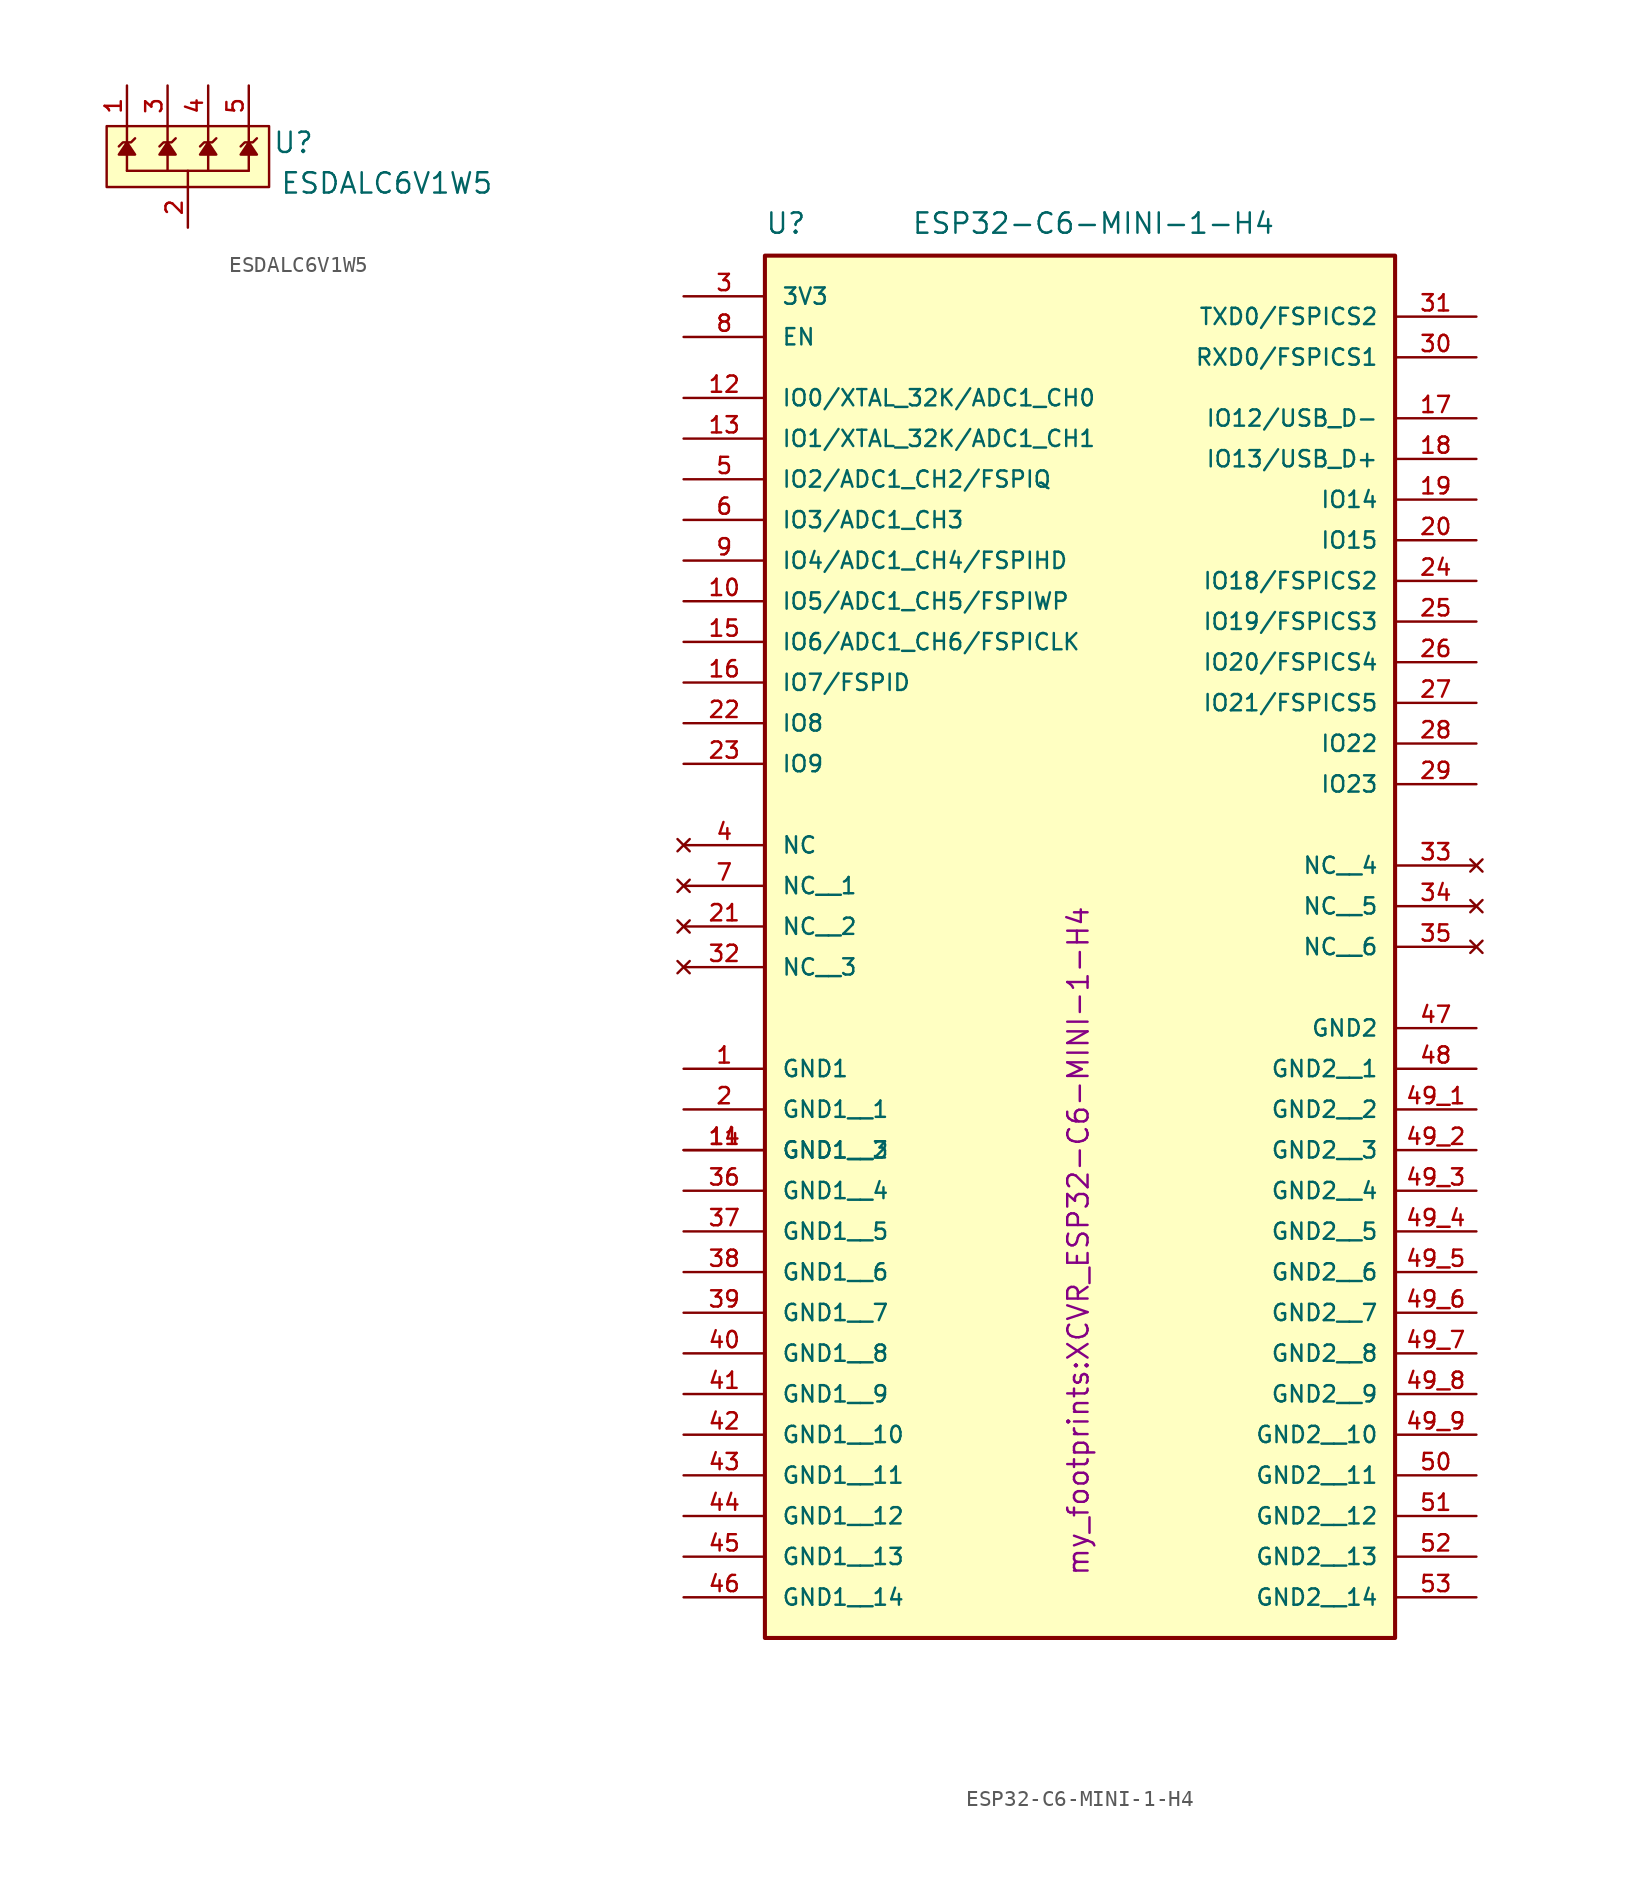
<source format=kicad_sym>
(kicad_symbol_lib
  (version 20231120)
  (generator "kicad_symbol_editor")
  (generator_version "8.0")
  (symbol "ESDALC6V1W5"
    (pin_names
      (offset 1.016))
    (property "Reference" "U"
      (at 6.604 -1.778 0)
      (effects (font (size 1.27 1.27)) (justify bottom)))
    (property "Value" "ESDALC6V1W5"
      (at 12.446 -4.318 0)
      (effects (font (size 1.27 1.27)) (justify bottom)))
    (symbol "ESDALC6V1W5_0_1"
      (rectangle (start -5.08 0) (end 5.08 -3.81) (stroke (width 0) (type default)) (fill (type background)))
      (polyline (pts (xy -3.81 -2.794) (xy 3.81 -2.794)) (stroke (width 0) (type default)) (fill (type none)))
      (polyline (pts (xy -3.81 -1.778) (xy -3.81 -2.794)) (stroke (width 0) (type default)) (fill (type none)))
      (polyline (pts (xy -3.81 -1.016) (xy -3.81 0)) (stroke (width 0) (type default)) (fill (type none)))
      (polyline (pts (xy -1.27 -1.778) (xy -1.27 -2.794)) (stroke (width 0) (type default)) (fill (type none)))
      (polyline (pts (xy -1.27 -1.016) (xy -1.27 0)) (stroke (width 0) (type default)) (fill (type none)))
      (polyline (pts (xy 0 -2.794) (xy 0 -3.81)) (stroke (width 0) (type default)) (fill (type none)))
      (polyline (pts (xy 1.27 -1.778) (xy 1.27 -2.794)) (stroke (width 0) (type default)) (fill (type none)))
      (polyline (pts (xy 1.27 -1.016) (xy 1.27 0)) (stroke (width 0) (type default)) (fill (type none)))
      (polyline (pts (xy 3.81 -1.778) (xy 3.81 -2.794)) (stroke (width 0) (type default)) (fill (type none)))
      (polyline (pts (xy 3.81 -1.016) (xy 3.81 0)) (stroke (width 0) (type default)) (fill (type none)))
      (polyline (pts (xy -4.318 -1.27) (xy -4.064 -1.016) (xy -3.556 -1.016) (xy -3.302 -0.762)) (stroke (width 0) (type default)) (fill (type none)))
      (polyline (pts (xy -3.81 -1.016) (xy -4.318 -1.778) (xy -3.302 -1.778) (xy -3.81 -1.016)) (stroke (width 0) (type default)) (fill (type outline)))
      (polyline (pts (xy -1.778 -1.27) (xy -1.524 -1.016) (xy -1.016 -1.016) (xy -0.762 -0.762)) (stroke (width 0) (type default)) (fill (type none)))
      (polyline (pts (xy -1.27 -1.016) (xy -1.778 -1.778) (xy -0.762 -1.778) (xy -1.27 -1.016)) (stroke (width 0) (type default)) (fill (type outline)))
      (polyline (pts (xy 0.762 -1.27) (xy 1.016 -1.016) (xy 1.524 -1.016) (xy 1.778 -0.762)) (stroke (width 0) (type default)) (fill (type none)))
      (polyline (pts (xy 1.27 -1.016) (xy 0.762 -1.778) (xy 1.778 -1.778) (xy 1.27 -1.016)) (stroke (width 0) (type default)) (fill (type outline)))
      (polyline (pts (xy 3.302 -1.27) (xy 3.556 -1.016) (xy 4.064 -1.016) (xy 4.318 -0.762)) (stroke (width 0) (type default)) (fill (type none)))
      (polyline (pts (xy 3.81 -1.016) (xy 3.302 -1.778) (xy 4.318 -1.778) (xy 3.81 -1.016)) (stroke (width 0) (type default)) (fill (type outline))))
    (symbol "ESDALC6V1W5_1_0"
      (pin bidirectional line (at -3.81 2.54 270) (length 2.54) (name "" (effects (font (size 1.016 1.016)))) (number "1" (effects (font (size 1.016 1.016)))))
      (pin power_in line (at 0 -6.35 90) (length 2.54) (name "" (effects (font (size 1.016 1.016)))) (number "2" (effects (font (size 1.016 1.016)))))
      (pin bidirectional line (at -1.27 2.54 270) (length 2.54) (name "" (effects (font (size 1.016 1.016)))) (number "3" (effects (font (size 1.016 1.016)))))
      (pin bidirectional line (at 1.27 2.54 270) (length 2.54) (name "" (effects (font (size 1.016 1.016)))) (number "4" (effects (font (size 1.016 1.016)))))
      (pin bidirectional line (at 3.81 2.54 270) (length 2.54) (name "" (effects (font (size 1.016 1.016)))) (number "5" (effects (font (size 1.016 1.016)))))))
  (symbol "ESP32-C6-MINI-1-H4"
    (pin_names
      (offset 1.016))
    (property "Reference" "U"
      (at -10.16 16.51 0)
      (effects (font (size 1.27 1.27)) (justify left bottom)))
    (property "Value" "ESP32-C6-MINI-1-H4"
      (at -1.016 16.51 0)
      (effects (font (size 1.27 1.27)) (justify left bottom)))
    (property "Footprint" "my_footprints:XCVR_ESP32-C6-MINI-1-H4"
      (at 10.16 -67.31 90)
      (effects (font (size 1.27 1.27)) (justify left bottom)))
    (symbol "ESP32-C6-MINI-1-H4_0_0"
      (rectangle (start -10.16 15.24) (end 29.21 -71.12) (stroke (width 0.254) (type default)) (fill (type background)))
      (pin power_in line (at -15.24 -35.56 0) (length 5.08) (name "GND1" (effects (font (size 1.016 1.016)))) (number "1" (effects (font (size 1.016 1.016)))))
      (pin bidirectional line (at -15.24 -6.35 0) (length 5.08) (name "IO5/ADC1_CH5/FSPIWP" (effects (font (size 1.016 1.016)))) (number "10" (effects (font (size 1.016 1.016)))))
      (pin power_in line (at -15.24 -40.64 0) (length 5.08) (name "GND1__2" (effects (font (size 1.016 1.016)))) (number "11" (effects (font (size 1.016 1.016)))))
      (pin bidirectional line (at -15.24 6.35 0) (length 5.08) (name "IO0/XTAL_32K/ADC1_CH0" (effects (font (size 1.016 1.016)))) (number "12" (effects (font (size 1.016 1.016)))))
      (pin bidirectional line (at -15.24 3.81 0) (length 5.08) (name "IO1/XTAL_32K/ADC1_CH1" (effects (font (size 1.016 1.016)))) (number "13" (effects (font (size 1.016 1.016)))))
      (pin power_in line (at -15.24 -40.64 0) (length 5.08) (name "GND1__3" (effects (font (size 1.016 1.016)))) (number "14" (effects (font (size 1.016 1.016)))))
      (pin bidirectional line (at -15.24 -11.43 0) (length 5.08) (name "IO7/FSPID" (effects (font (size 1.016 1.016)))) (number "16" (effects (font (size 1.016 1.016)))))
      (pin bidirectional line (at 34.29 0 180) (length 5.08) (name "IO14" (effects (font (size 1.016 1.016)))) (number "19" (effects (font (size 1.016 1.016)))))
      (pin power_in line (at -15.24 -38.1 0) (length 5.08) (name "GND1__1" (effects (font (size 1.016 1.016)))) (number "2" (effects (font (size 1.016 1.016)))))
      (pin bidirectional line (at 34.29 -2.54 180) (length 5.08) (name "IO15" (effects (font (size 1.016 1.016)))) (number "20" (effects (font (size 1.016 1.016)))))
      (pin no_connect line (at -15.24 -26.67 0) (length 5.08) (name "NC__2" (effects (font (size 1.016 1.016)))) (number "21" (effects (font (size 1.016 1.016)))))
      (pin bidirectional line (at -15.24 -13.97 0) (length 5.08) (name "IO8" (effects (font (size 1.016 1.016)))) (number "22" (effects (font (size 1.016 1.016)))))
      (pin bidirectional line (at -15.24 -16.51 0) (length 5.08) (name "IO9" (effects (font (size 1.016 1.016)))) (number "23" (effects (font (size 1.016 1.016)))))
      (pin bidirectional line (at 34.29 -5.08 180) (length 5.08) (name "IO18/FSPICS2" (effects (font (size 1.016 1.016)))) (number "24" (effects (font (size 1.016 1.016)))))
      (pin bidirectional line (at 34.29 -7.62 180) (length 5.08) (name "IO19/FSPICS3" (effects (font (size 1.016 1.016)))) (number "25" (effects (font (size 1.016 1.016)))))
      (pin bidirectional line (at 34.29 -10.16 180) (length 5.08) (name "IO20/FSPICS4" (effects (font (size 1.016 1.016)))) (number "26" (effects (font (size 1.016 1.016)))))
      (pin bidirectional line (at 34.29 -12.7 180) (length 5.08) (name "IO21/FSPICS5" (effects (font (size 1.016 1.016)))) (number "27" (effects (font (size 1.016 1.016)))))
      (pin bidirectional line (at 34.29 -15.24 180) (length 5.08) (name "IO22" (effects (font (size 1.016 1.016)))) (number "28" (effects (font (size 1.016 1.016)))))
      (pin bidirectional line (at 34.29 -17.78 180) (length 5.08) (name "IO23" (effects (font (size 1.016 1.016)))) (number "29" (effects (font (size 1.016 1.016)))))
      (pin power_in line (at -15.24 12.7 0) (length 5.08) (name "3V3" (effects (font (size 1.016 1.016)))) (number "3" (effects (font (size 1.016 1.016)))))
      (pin bidirectional line (at 34.29 8.89 180) (length 5.08) (name "RXD0/FSPICS1" (effects (font (size 1.016 1.016)))) (number "30" (effects (font (size 1.016 1.016)))))
      (pin bidirectional line (at 34.29 11.43 180) (length 5.08) (name "TXD0/FSPICS2" (effects (font (size 1.016 1.016)))) (number "31" (effects (font (size 1.016 1.016)))))
      (pin no_connect line (at -15.24 -29.21 0) (length 5.08) (name "NC__3" (effects (font (size 1.016 1.016)))) (number "32" (effects (font (size 1.016 1.016)))))
      (pin no_connect line (at 34.29 -22.86 180) (length 5.08) (name "NC__4" (effects (font (size 1.016 1.016)))) (number "33" (effects (font (size 1.016 1.016)))))
      (pin no_connect line (at 34.29 -25.4 180) (length 5.08) (name "NC__5" (effects (font (size 1.016 1.016)))) (number "34" (effects (font (size 1.016 1.016)))))
      (pin no_connect line (at 34.29 -27.94 180) (length 5.08) (name "NC__6" (effects (font (size 1.016 1.016)))) (number "35" (effects (font (size 1.016 1.016)))))
      (pin power_in line (at -15.24 -43.18 0) (length 5.08) (name "GND1__4" (effects (font (size 1.016 1.016)))) (number "36" (effects (font (size 1.016 1.016)))))
      (pin power_in line (at -15.24 -45.72 0) (length 5.08) (name "GND1__5" (effects (font (size 1.016 1.016)))) (number "37" (effects (font (size 1.016 1.016)))))
      (pin power_in line (at -15.24 -48.26 0) (length 5.08) (name "GND1__6" (effects (font (size 1.016 1.016)))) (number "38" (effects (font (size 1.016 1.016)))))
      (pin power_in line (at -15.24 -50.8 0) (length 5.08) (name "GND1__7" (effects (font (size 1.016 1.016)))) (number "39" (effects (font (size 1.016 1.016)))))
      (pin no_connect line (at -15.24 -21.59 0) (length 5.08) (name "NC" (effects (font (size 1.016 1.016)))) (number "4" (effects (font (size 1.016 1.016)))))
      (pin power_in line (at -15.24 -53.34 0) (length 5.08) (name "GND1__8" (effects (font (size 1.016 1.016)))) (number "40" (effects (font (size 1.016 1.016)))))
      (pin power_in line (at -15.24 -55.88 0) (length 5.08) (name "GND1__9" (effects (font (size 1.016 1.016)))) (number "41" (effects (font (size 1.016 1.016)))))
      (pin power_in line (at -15.24 -58.42 0) (length 5.08) (name "GND1__10" (effects (font (size 1.016 1.016)))) (number "42" (effects (font (size 1.016 1.016)))))
      (pin power_in line (at -15.24 -60.96 0) (length 5.08) (name "GND1__11" (effects (font (size 1.016 1.016)))) (number "43" (effects (font (size 1.016 1.016)))))
      (pin power_in line (at -15.24 -63.5 0) (length 5.08) (name "GND1__12" (effects (font (size 1.016 1.016)))) (number "44" (effects (font (size 1.016 1.016)))))
      (pin power_in line (at -15.24 -66.04 0) (length 5.08) (name "GND1__13" (effects (font (size 1.016 1.016)))) (number "45" (effects (font (size 1.016 1.016)))))
      (pin power_in line (at -15.24 -68.58 0) (length 5.08) (name "GND1__14" (effects (font (size 1.016 1.016)))) (number "46" (effects (font (size 1.016 1.016)))))
      (pin power_in line (at 34.29 -33.02 180) (length 5.08) (name "GND2" (effects (font (size 1.016 1.016)))) (number "47" (effects (font (size 1.016 1.016)))))
      (pin power_in line (at 34.29 -35.56 180) (length 5.08) (name "GND2__1" (effects (font (size 1.016 1.016)))) (number "48" (effects (font (size 1.016 1.016)))))
      (pin power_in line (at 34.29 -38.1 180) (length 5.08) (name "GND2__2" (effects (font (size 1.016 1.016)))) (number "49_1" (effects (font (size 1.016 1.016)))))
      (pin power_in line (at 34.29 -40.64 180) (length 5.08) (name "GND2__3" (effects (font (size 1.016 1.016)))) (number "49_2" (effects (font (size 1.016 1.016)))))
      (pin power_in line (at 34.29 -43.18 180) (length 5.08) (name "GND2__4" (effects (font (size 1.016 1.016)))) (number "49_3" (effects (font (size 1.016 1.016)))))
      (pin power_in line (at 34.29 -45.72 180) (length 5.08) (name "GND2__5" (effects (font (size 1.016 1.016)))) (number "49_4" (effects (font (size 1.016 1.016)))))
      (pin power_in line (at 34.29 -48.26 180) (length 5.08) (name "GND2__6" (effects (font (size 1.016 1.016)))) (number "49_5" (effects (font (size 1.016 1.016)))))
      (pin power_in line (at 34.29 -50.8 180) (length 5.08) (name "GND2__7" (effects (font (size 1.016 1.016)))) (number "49_6" (effects (font (size 1.016 1.016)))))
      (pin power_in line (at 34.29 -53.34 180) (length 5.08) (name "GND2__8" (effects (font (size 1.016 1.016)))) (number "49_7" (effects (font (size 1.016 1.016)))))
      (pin power_in line (at 34.29 -55.88 180) (length 5.08) (name "GND2__9" (effects (font (size 1.016 1.016)))) (number "49_8" (effects (font (size 1.016 1.016)))))
      (pin power_in line (at 34.29 -58.42 180) (length 5.08) (name "GND2__10" (effects (font (size 1.016 1.016)))) (number "49_9" (effects (font (size 1.016 1.016)))))
      (pin bidirectional line (at -15.24 1.27 0) (length 5.08) (name "IO2/ADC1_CH2/FSPIQ" (effects (font (size 1.016 1.016)))) (number "5" (effects (font (size 1.016 1.016)))))
      (pin power_in line (at 34.29 -60.96 180) (length 5.08) (name "GND2__11" (effects (font (size 1.016 1.016)))) (number "50" (effects (font (size 1.016 1.016)))))
      (pin power_in line (at 34.29 -63.5 180) (length 5.08) (name "GND2__12" (effects (font (size 1.016 1.016)))) (number "51" (effects (font (size 1.016 1.016)))))
      (pin power_in line (at 34.29 -66.04 180) (length 5.08) (name "GND2__13" (effects (font (size 1.016 1.016)))) (number "52" (effects (font (size 1.016 1.016)))))
      (pin power_in line (at 34.29 -68.58 180) (length 5.08) (name "GND2__14" (effects (font (size 1.016 1.016)))) (number "53" (effects (font (size 1.016 1.016)))))
      (pin bidirectional line (at -15.24 -1.27 0) (length 5.08) (name "IO3/ADC1_CH3" (effects (font (size 1.016 1.016)))) (number "6" (effects (font (size 1.016 1.016)))))
      (pin no_connect line (at -15.24 -24.13 0) (length 5.08) (name "NC__1" (effects (font (size 1.016 1.016)))) (number "7" (effects (font (size 1.016 1.016)))))
      (pin bidirectional line (at -15.24 -3.81 0) (length 5.08) (name "IO4/ADC1_CH4/FSPIHD" (effects (font (size 1.016 1.016)))) (number "9" (effects (font (size 1.016 1.016))))))
    (symbol "ESP32-C6-MINI-1-H4_1_0"
      (pin bidirectional line (at -15.24 -8.89 0) (length 5.08) (name "IO6/ADC1_CH6/FSPICLK" (effects (font (size 1.016 1.016)))) (number "15" (effects (font (size 1.016 1.016)))))
      (pin bidirectional line (at 34.29 5.08 180) (length 5.08) (name "IO12/USB_D-" (effects (font (size 1.016 1.016)))) (number "17" (effects (font (size 1.016 1.016)))) (alternate "USB_D-" bidirectional line))
      (pin bidirectional line (at 34.29 2.54 180) (length 5.08) (name "IO13/USB_D+" (effects (font (size 1.016 1.016)))) (number "18" (effects (font (size 1.016 1.016)))) (alternate "USB_D+" bidirectional line))
      (pin input line (at -15.24 10.16 0) (length 5.08) (name "EN" (effects (font (size 1.016 1.016)))) (number "8" (effects (font (size 1.016 1.016))))))))
</source>
